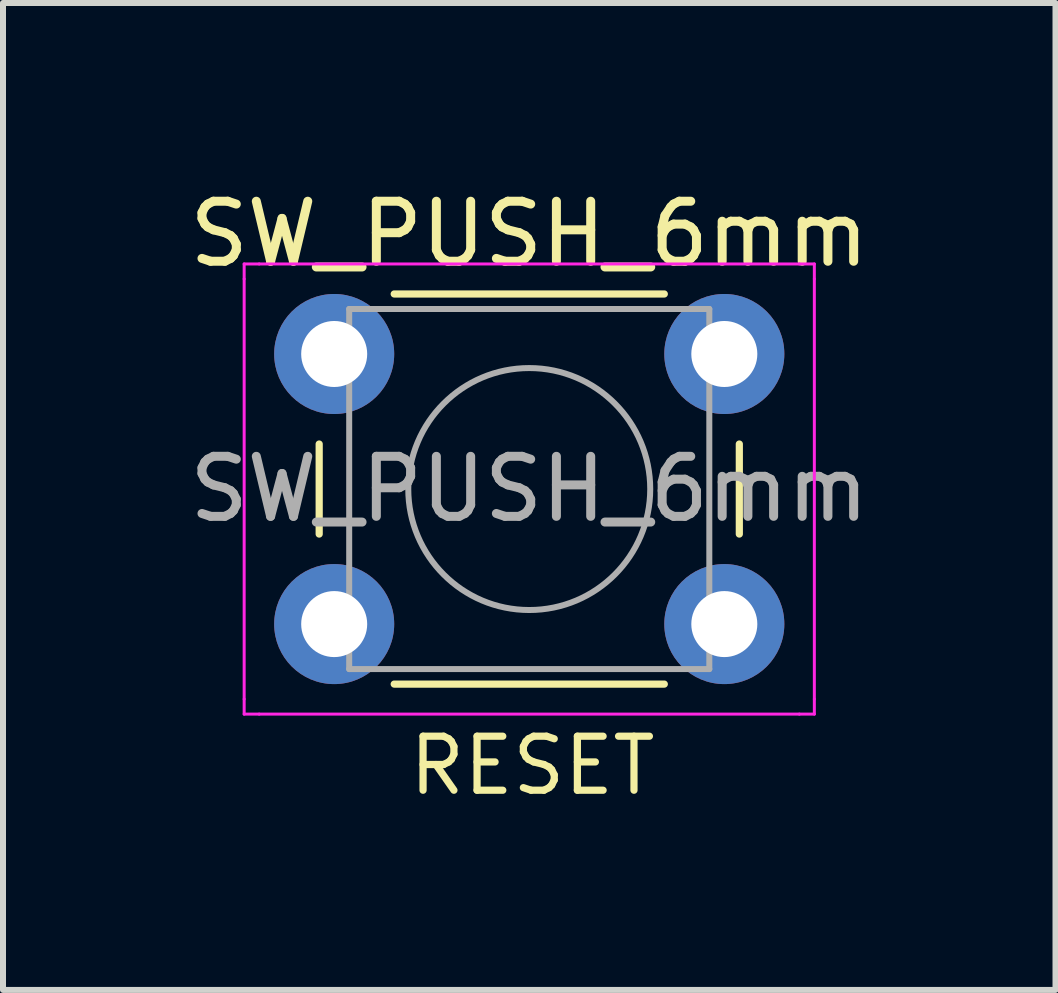
<source format=kicad_pcb>
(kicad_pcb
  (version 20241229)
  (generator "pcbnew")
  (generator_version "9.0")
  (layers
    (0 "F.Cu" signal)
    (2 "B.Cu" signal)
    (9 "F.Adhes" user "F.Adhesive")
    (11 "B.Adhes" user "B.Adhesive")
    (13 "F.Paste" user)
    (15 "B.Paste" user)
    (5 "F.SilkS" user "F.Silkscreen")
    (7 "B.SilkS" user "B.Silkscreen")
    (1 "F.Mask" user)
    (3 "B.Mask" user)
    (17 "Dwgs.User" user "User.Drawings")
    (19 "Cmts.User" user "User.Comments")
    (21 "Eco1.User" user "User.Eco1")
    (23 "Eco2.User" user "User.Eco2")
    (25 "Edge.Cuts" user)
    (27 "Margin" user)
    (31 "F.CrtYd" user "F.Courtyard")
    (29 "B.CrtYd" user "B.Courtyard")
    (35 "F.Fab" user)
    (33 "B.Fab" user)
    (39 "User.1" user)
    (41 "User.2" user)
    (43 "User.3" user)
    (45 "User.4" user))
  (footprint "SW_PUSH_6mm"
    (layer "F.Cu")
    (at 2.518 2.848)
    (property "Reference" "SW_PUSH_6mm" (at 3.25 -2 180) (layer "F.SilkS") (effects (font (size 1 1) (thickness 0.15))))
    (attr through_hole)
    (fp_line (start -0.25 1.5) (end -0.25 3) (stroke (width 0.12) (type solid)) (layer "F.SilkS"))
    (fp_line (start 1 5.5) (end 5.5 5.5) (stroke (width 0.12) (type solid)) (layer "F.SilkS"))
    (fp_line (start 5.5 -1) (end 1 -1) (stroke (width 0.12) (type solid)) (layer "F.SilkS"))
    (fp_line (start 6.75 3) (end 6.75 1.5) (stroke (width 0.12) (type solid)) (layer "F.SilkS"))
    (fp_line (start -1.5 -1.5) (end -1.25 -1.5) (stroke (width 0.05) (type solid)) (layer "F.CrtYd"))
    (fp_line (start -1.5 -1.25) (end -1.5 -1.5) (stroke (width 0.05) (type solid)) (layer "F.CrtYd"))
    (fp_line (start -1.5 5.75) (end -1.5 -1.25) (stroke (width 0.05) (type solid)) (layer "F.CrtYd"))
    (fp_line (start -1.5 5.75) (end -1.5 6) (stroke (width 0.05) (type solid)) (layer "F.CrtYd"))
    (fp_line (start -1.5 6) (end -1.25 6) (stroke (width 0.05) (type solid)) (layer "F.CrtYd"))
    (fp_line (start -1.25 -1.5) (end 7.75 -1.5) (stroke (width 0.05) (type solid)) (layer "F.CrtYd"))
    (fp_line (start 7.75 -1.5) (end 8 -1.5) (stroke (width 0.05) (type solid)) (layer "F.CrtYd"))
    (fp_line (start 7.75 6) (end -1.25 6) (stroke (width 0.05) (type solid)) (layer "F.CrtYd"))
    (fp_line (start 7.75 6) (end 8 6) (stroke (width 0.05) (type solid)) (layer "F.CrtYd"))
    (fp_line (start 8 -1.5) (end 8 -1.25) (stroke (width 0.05) (type solid)) (layer "F.CrtYd"))
    (fp_line (start 8 -1.25) (end 8 5.75) (stroke (width 0.05) (type solid)) (layer "F.CrtYd"))
    (fp_line (start 8 6) (end 8 5.75) (stroke (width 0.05) (type solid)) (layer "F.CrtYd"))
    (fp_line (start 0.25 -0.75) (end 3.25 -0.75) (stroke (width 0.1) (type solid)) (layer "F.Fab"))
    (fp_line (start 0.25 5.25) (end 0.25 -0.75) (stroke (width 0.1) (type solid)) (layer "F.Fab"))
    (fp_line (start 3.25 -0.75) (end 6.25 -0.75) (stroke (width 0.1) (type solid)) (layer "F.Fab"))
    (fp_line (start 6.25 -0.75) (end 6.25 5.25) (stroke (width 0.1) (type solid)) (layer "F.Fab"))
    (fp_line (start 6.25 5.25) (end 0.25 5.25) (stroke (width 0.1) (type solid)) (layer "F.Fab"))
    (fp_circle (center 3.25 2.25) (end 1.25 2.5) (stroke (width 0.1) (type solid)) (fill no) (layer "F.Fab"))
    (fp_text user "RESET" (at 3.302 6.858 0) (unlocked yes) (layer "F.SilkS") (effects (font (size 0.9 0.9) (thickness 0.12))))
    (fp_text user "${REFERENCE}" (at 3.25 2.25 0) (layer "F.Fab") (effects (font (size 1 1) (thickness 0.15))))
    (pad "1" thru_hole circle (at 0 0 90) (size 2 2) (drill 1.1) (layers "*.Cu" "*.Mask"))
    (pad "2" thru_hole circle (at 6.5 0 90) (size 2 2) (drill 1.1) (layers "*.Cu" "*.Mask"))
    (pad "3" thru_hole circle (at 0 4.5 90) (size 2 2) (drill 1.1) (layers "*.Cu" "*.Mask"))
    (pad "4" thru_hole circle (at 6.5 4.5 90) (size 2 2) (drill 1.1) (layers "*.Cu" "*.Mask")))
  (gr_rect
    (start -3 -3)
    (end 14.536 13.443)
    (stroke (width 0.1) (type default))
    (fill no)
    (layer "Edge.Cuts")))
</source>
